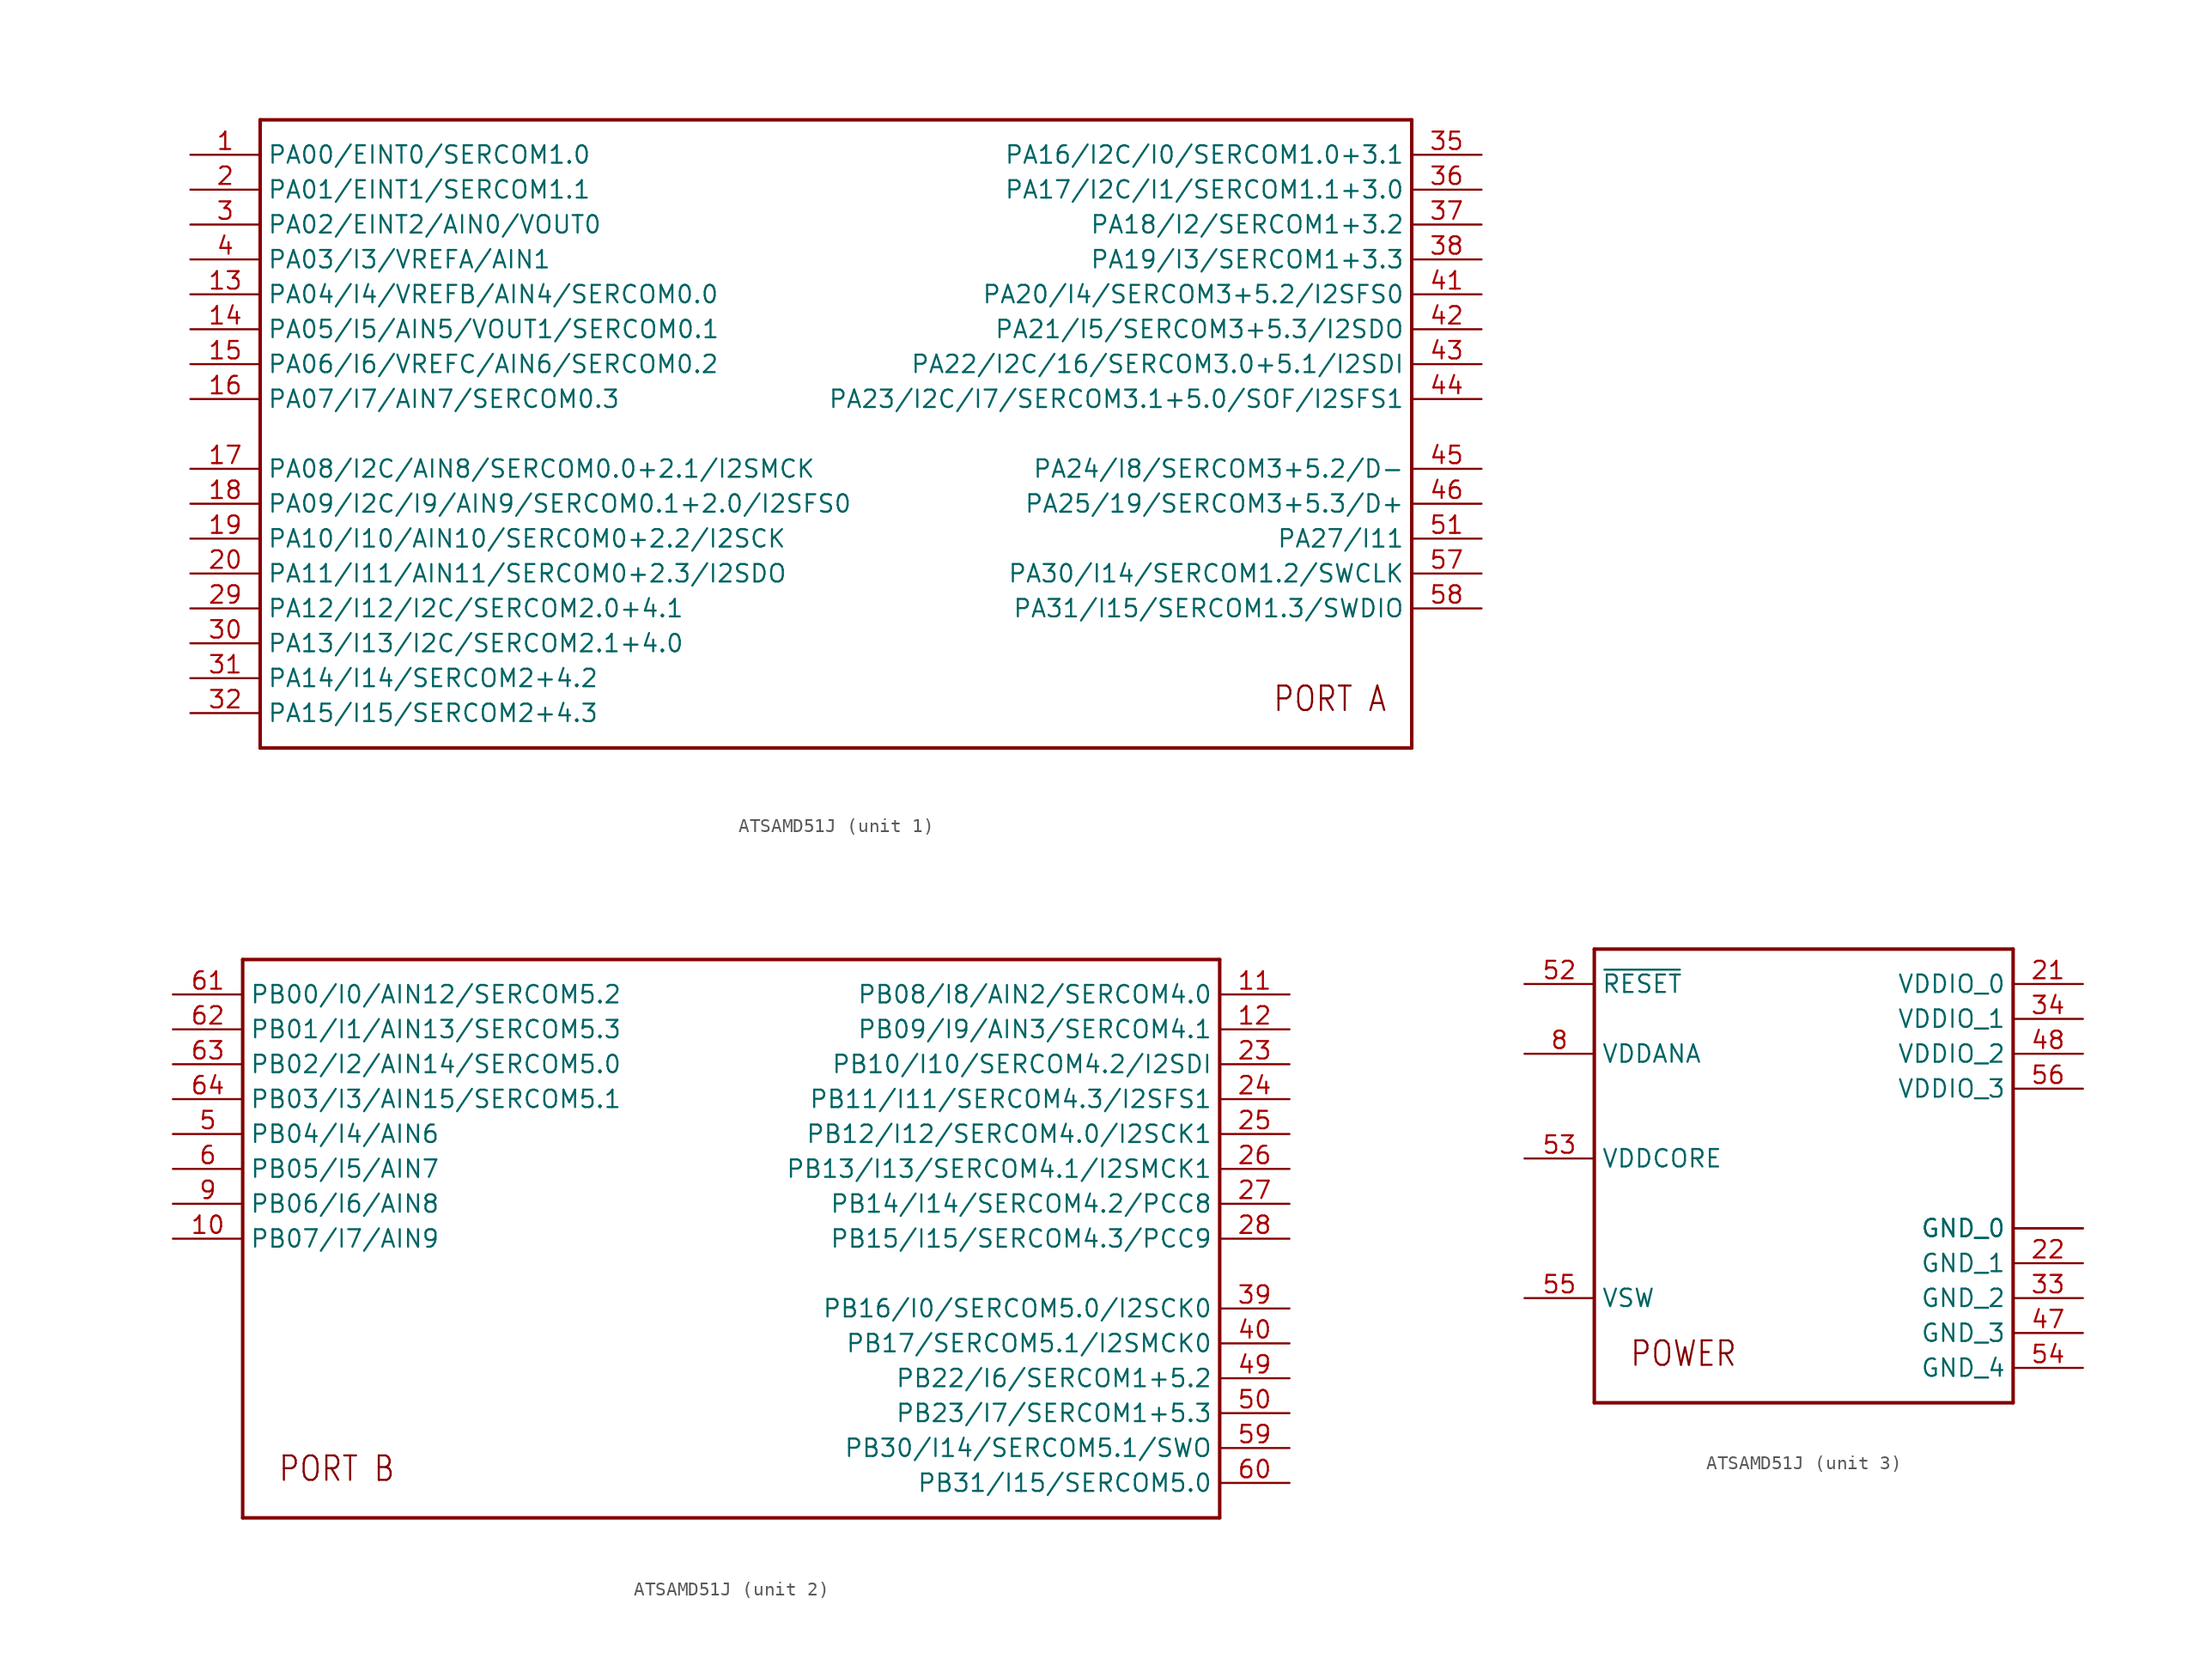
<source format=kicad_sym>
(kicad_symbol_lib
  (version 20211014)
  (generator kicad_symbol_editor)
  (symbol "ATSAMD51J"
    (property "Reference" ""
      (at 0 0 0)
      (effects (font (size 1.27 1.27)) hide))
    (property "ki_locked" ""
      (at 0 0 0)
      (effects (font (size 1.27 1.27))))
    (symbol "ATSAMD51J_1_0"
      (polyline (pts (xy -25.4 -25.4) (xy -25.4 20.32)) (stroke (width 0.254) (type default) (color 0 0 0 0)) (fill (type none)))
      (polyline (pts (xy -25.4 20.32) (xy 58.42 20.32)) (stroke (width 0.254) (type default) (color 0 0 0 0)) (fill (type none)))
      (polyline (pts (xy 58.42 -25.4) (xy -25.4 -25.4)) (stroke (width 0.254) (type default) (color 0 0 0 0)) (fill (type none)))
      (polyline (pts (xy 58.42 20.32) (xy 58.42 -25.4)) (stroke (width 0.254) (type default) (color 0 0 0 0)) (fill (type none)))
      (text "PORT A" (at 48.26 -22.86 0) (effects (font (size 1.778 1.511)) (justify left bottom)))
      (pin bidirectional line (at -30.48 17.78 0) (length 5.08) (name "PA00/EINT0/SERCOM1.0" (effects (font (size 1.27 1.27)))) (number "1" (effects (font (size 1.27 1.27)))))
      (pin bidirectional line (at -30.48 7.62 0) (length 5.08) (name "PA04/I4/VREFB/AIN4/SERCOM0.0" (effects (font (size 1.27 1.27)))) (number "13" (effects (font (size 1.27 1.27)))))
      (pin bidirectional line (at -30.48 5.08 0) (length 5.08) (name "PA05/I5/AIN5/VOUT1/SERCOM0.1" (effects (font (size 1.27 1.27)))) (number "14" (effects (font (size 1.27 1.27)))))
      (pin bidirectional line (at -30.48 2.54 0) (length 5.08) (name "PA06/I6/VREFC/AIN6/SERCOM0.2" (effects (font (size 1.27 1.27)))) (number "15" (effects (font (size 1.27 1.27)))))
      (pin bidirectional line (at -30.48 0 0) (length 5.08) (name "PA07/I7/AIN7/SERCOM0.3" (effects (font (size 1.27 1.27)))) (number "16" (effects (font (size 1.27 1.27)))))
      (pin bidirectional line (at -30.48 -5.08 0) (length 5.08) (name "PA08/I2C/AIN8/SERCOM0.0+2.1/I2SMCK" (effects (font (size 1.27 1.27)))) (number "17" (effects (font (size 1.27 1.27)))))
      (pin bidirectional line (at -30.48 -7.62 0) (length 5.08) (name "PA09/I2C/I9/AIN9/SERCOM0.1+2.0/I2SFS0" (effects (font (size 1.27 1.27)))) (number "18" (effects (font (size 1.27 1.27)))))
      (pin bidirectional line (at -30.48 -10.16 0) (length 5.08) (name "PA10/I10/AIN10/SERCOM0+2.2/I2SCK" (effects (font (size 1.27 1.27)))) (number "19" (effects (font (size 1.27 1.27)))))
      (pin bidirectional line (at -30.48 15.24 0) (length 5.08) (name "PA01/EINT1/SERCOM1.1" (effects (font (size 1.27 1.27)))) (number "2" (effects (font (size 1.27 1.27)))))
      (pin bidirectional line (at -30.48 -12.7 0) (length 5.08) (name "PA11/I11/AIN11/SERCOM0+2.3/I2SDO" (effects (font (size 1.27 1.27)))) (number "20" (effects (font (size 1.27 1.27)))))
      (pin bidirectional line (at -30.48 -15.24 0) (length 5.08) (name "PA12/I12/I2C/SERCOM2.0+4.1" (effects (font (size 1.27 1.27)))) (number "29" (effects (font (size 1.27 1.27)))))
      (pin bidirectional line (at -30.48 12.7 0) (length 5.08) (name "PA02/EINT2/AIN0/VOUT0" (effects (font (size 1.27 1.27)))) (number "3" (effects (font (size 1.27 1.27)))))
      (pin bidirectional line (at -30.48 -17.78 0) (length 5.08) (name "PA13/I13/I2C/SERCOM2.1+4.0" (effects (font (size 1.27 1.27)))) (number "30" (effects (font (size 1.27 1.27)))))
      (pin bidirectional line (at -30.48 -20.32 0) (length 5.08) (name "PA14/I14/SERCOM2+4.2" (effects (font (size 1.27 1.27)))) (number "31" (effects (font (size 1.27 1.27)))))
      (pin bidirectional line (at -30.48 -22.86 0) (length 5.08) (name "PA15/I15/SERCOM2+4.3" (effects (font (size 1.27 1.27)))) (number "32" (effects (font (size 1.27 1.27)))))
      (pin bidirectional line (at 63.5 17.78 180) (length 5.08) (name "PA16/I2C/I0/SERCOM1.0+3.1" (effects (font (size 1.27 1.27)))) (number "35" (effects (font (size 1.27 1.27)))))
      (pin bidirectional line (at 63.5 15.24 180) (length 5.08) (name "PA17/I2C/I1/SERCOM1.1+3.0" (effects (font (size 1.27 1.27)))) (number "36" (effects (font (size 1.27 1.27)))))
      (pin bidirectional line (at 63.5 12.7 180) (length 5.08) (name "PA18/I2/SERCOM1+3.2" (effects (font (size 1.27 1.27)))) (number "37" (effects (font (size 1.27 1.27)))))
      (pin bidirectional line (at 63.5 10.16 180) (length 5.08) (name "PA19/I3/SERCOM1+3.3" (effects (font (size 1.27 1.27)))) (number "38" (effects (font (size 1.27 1.27)))))
      (pin bidirectional line (at -30.48 10.16 0) (length 5.08) (name "PA03/I3/VREFA/AIN1" (effects (font (size 1.27 1.27)))) (number "4" (effects (font (size 1.27 1.27)))))
      (pin bidirectional line (at 63.5 7.62 180) (length 5.08) (name "PA20/I4/SERCOM3+5.2/I2SFS0" (effects (font (size 1.27 1.27)))) (number "41" (effects (font (size 1.27 1.27)))))
      (pin bidirectional line (at 63.5 5.08 180) (length 5.08) (name "PA21/I5/SERCOM3+5.3/I2SDO" (effects (font (size 1.27 1.27)))) (number "42" (effects (font (size 1.27 1.27)))))
      (pin bidirectional line (at 63.5 2.54 180) (length 5.08) (name "PA22/I2C/16/SERCOM3.0+5.1/I2SDI" (effects (font (size 1.27 1.27)))) (number "43" (effects (font (size 1.27 1.27)))))
      (pin bidirectional line (at 63.5 0 180) (length 5.08) (name "PA23/I2C/I7/SERCOM3.1+5.0/SOF/I2SFS1" (effects (font (size 1.27 1.27)))) (number "44" (effects (font (size 1.27 1.27)))))
      (pin bidirectional line (at 63.5 -5.08 180) (length 5.08) (name "PA24/I8/SERCOM3+5.2/D-" (effects (font (size 1.27 1.27)))) (number "45" (effects (font (size 1.27 1.27)))))
      (pin bidirectional line (at 63.5 -7.62 180) (length 5.08) (name "PA25/19/SERCOM3+5.3/D+" (effects (font (size 1.27 1.27)))) (number "46" (effects (font (size 1.27 1.27)))))
      (pin bidirectional line (at 63.5 -10.16 180) (length 5.08) (name "PA27/I11" (effects (font (size 1.27 1.27)))) (number "51" (effects (font (size 1.27 1.27)))))
      (pin bidirectional line (at 63.5 -12.7 180) (length 5.08) (name "PA30/I14/SERCOM1.2/SWCLK" (effects (font (size 1.27 1.27)))) (number "57" (effects (font (size 1.27 1.27)))))
      (pin bidirectional line (at 63.5 -15.24 180) (length 5.08) (name "PA31/I15/SERCOM1.3/SWDIO" (effects (font (size 1.27 1.27)))) (number "58" (effects (font (size 1.27 1.27))))))
    (symbol "ATSAMD51J_2_0"
      (polyline (pts (xy -38.1 -25.4) (xy -38.1 15.24)) (stroke (width 0.254) (type default) (color 0 0 0 0)) (fill (type none)))
      (polyline (pts (xy -38.1 15.24) (xy 33.02 15.24)) (stroke (width 0.254) (type default) (color 0 0 0 0)) (fill (type none)))
      (polyline (pts (xy 33.02 -25.4) (xy -38.1 -25.4)) (stroke (width 0.254) (type default) (color 0 0 0 0)) (fill (type none)))
      (polyline (pts (xy 33.02 15.24) (xy 33.02 -25.4)) (stroke (width 0.254) (type default) (color 0 0 0 0)) (fill (type none)))
      (text "PORT B" (at -35.56 -22.86 0) (effects (font (size 1.778 1.511)) (justify left bottom)))
      (pin bidirectional line (at -43.18 -5.08 0) (length 5.08) (name "PB07/I7/AIN9" (effects (font (size 1.27 1.27)))) (number "10" (effects (font (size 1.27 1.27)))))
      (pin bidirectional line (at 38.1 12.7 180) (length 5.08) (name "PB08/I8/AIN2/SERCOM4.0" (effects (font (size 1.27 1.27)))) (number "11" (effects (font (size 1.27 1.27)))))
      (pin bidirectional line (at 38.1 10.16 180) (length 5.08) (name "PB09/I9/AIN3/SERCOM4.1" (effects (font (size 1.27 1.27)))) (number "12" (effects (font (size 1.27 1.27)))))
      (pin bidirectional line (at 38.1 7.62 180) (length 5.08) (name "PB10/I10/SERCOM4.2/I2SDI" (effects (font (size 1.27 1.27)))) (number "23" (effects (font (size 1.27 1.27)))))
      (pin bidirectional line (at 38.1 5.08 180) (length 5.08) (name "PB11/I11/SERCOM4.3/I2SFS1" (effects (font (size 1.27 1.27)))) (number "24" (effects (font (size 1.27 1.27)))))
      (pin bidirectional line (at 38.1 2.54 180) (length 5.08) (name "PB12/I12/SERCOM4.0/I2SCK1" (effects (font (size 1.27 1.27)))) (number "25" (effects (font (size 1.27 1.27)))))
      (pin bidirectional line (at 38.1 0 180) (length 5.08) (name "PB13/I13/SERCOM4.1/I2SMCK1" (effects (font (size 1.27 1.27)))) (number "26" (effects (font (size 1.27 1.27)))))
      (pin bidirectional line (at 38.1 -2.54 180) (length 5.08) (name "PB14/I14/SERCOM4.2/PCC8" (effects (font (size 1.27 1.27)))) (number "27" (effects (font (size 1.27 1.27)))))
      (pin bidirectional line (at 38.1 -5.08 180) (length 5.08) (name "PB15/I15/SERCOM4.3/PCC9" (effects (font (size 1.27 1.27)))) (number "28" (effects (font (size 1.27 1.27)))))
      (pin bidirectional line (at 38.1 -10.16 180) (length 5.08) (name "PB16/I0/SERCOM5.0/I2SCK0" (effects (font (size 1.27 1.27)))) (number "39" (effects (font (size 1.27 1.27)))))
      (pin bidirectional line (at 38.1 -12.7 180) (length 5.08) (name "PB17/SERCOM5.1/I2SMCK0" (effects (font (size 1.27 1.27)))) (number "40" (effects (font (size 1.27 1.27)))))
      (pin bidirectional line (at 38.1 -15.24 180) (length 5.08) (name "PB22/I6/SERCOM1+5.2" (effects (font (size 1.27 1.27)))) (number "49" (effects (font (size 1.27 1.27)))))
      (pin bidirectional line (at -43.18 2.54 0) (length 5.08) (name "PB04/I4/AIN6" (effects (font (size 1.27 1.27)))) (number "5" (effects (font (size 1.27 1.27)))))
      (pin bidirectional line (at 38.1 -17.78 180) (length 5.08) (name "PB23/I7/SERCOM1+5.3" (effects (font (size 1.27 1.27)))) (number "50" (effects (font (size 1.27 1.27)))))
      (pin bidirectional line (at 38.1 -20.32 180) (length 5.08) (name "PB30/I14/SERCOM5.1/SWO" (effects (font (size 1.27 1.27)))) (number "59" (effects (font (size 1.27 1.27)))))
      (pin bidirectional line (at -43.18 0 0) (length 5.08) (name "PB05/I5/AIN7" (effects (font (size 1.27 1.27)))) (number "6" (effects (font (size 1.27 1.27)))))
      (pin bidirectional line (at 38.1 -22.86 180) (length 5.08) (name "PB31/I15/SERCOM5.0" (effects (font (size 1.27 1.27)))) (number "60" (effects (font (size 1.27 1.27)))))
      (pin bidirectional line (at -43.18 12.7 0) (length 5.08) (name "PB00/I0/AIN12/SERCOM5.2" (effects (font (size 1.27 1.27)))) (number "61" (effects (font (size 1.27 1.27)))))
      (pin bidirectional line (at -43.18 10.16 0) (length 5.08) (name "PB01/I1/AIN13/SERCOM5.3" (effects (font (size 1.27 1.27)))) (number "62" (effects (font (size 1.27 1.27)))))
      (pin bidirectional line (at -43.18 7.62 0) (length 5.08) (name "PB02/I2/AIN14/SERCOM5.0" (effects (font (size 1.27 1.27)))) (number "63" (effects (font (size 1.27 1.27)))))
      (pin bidirectional line (at -43.18 5.08 0) (length 5.08) (name "PB03/I3/AIN15/SERCOM5.1" (effects (font (size 1.27 1.27)))) (number "64" (effects (font (size 1.27 1.27)))))
      (pin bidirectional line (at -43.18 -2.54 0) (length 5.08) (name "PB06/I6/AIN8" (effects (font (size 1.27 1.27)))) (number "9" (effects (font (size 1.27 1.27))))))
    (symbol "ATSAMD51J_3_0"
      (polyline (pts (xy -15.24 -15.24) (xy -15.24 17.78)) (stroke (width 0.254) (type default) (color 0 0 0 0)) (fill (type none)))
      (polyline (pts (xy -15.24 17.78) (xy 15.24 17.78)) (stroke (width 0.254) (type default) (color 0 0 0 0)) (fill (type none)))
      (polyline (pts (xy 15.24 -15.24) (xy -15.24 -15.24)) (stroke (width 0.254) (type default) (color 0 0 0 0)) (fill (type none)))
      (polyline (pts (xy 15.24 17.78) (xy 15.24 -15.24)) (stroke (width 0.254) (type default) (color 0 0 0 0)) (fill (type none)))
      (text "POWER" (at -12.7 -12.7 0) (effects (font (size 1.778 1.511)) (justify left bottom)))
      (pin bidirectional line (at 20.32 15.24 180) (length 5.08) (name "VDDIO_0" (effects (font (size 1.27 1.27)))) (number "21" (effects (font (size 1.27 1.27)))))
      (pin bidirectional line (at 20.32 -5.08 180) (length 5.08) (name "GND_1" (effects (font (size 1.27 1.27)))) (number "22" (effects (font (size 1.27 1.27)))))
      (pin bidirectional line (at 20.32 -7.62 180) (length 5.08) (name "GND_2" (effects (font (size 1.27 1.27)))) (number "33" (effects (font (size 1.27 1.27)))))
      (pin bidirectional line (at 20.32 12.7 180) (length 5.08) (name "VDDIO_1" (effects (font (size 1.27 1.27)))) (number "34" (effects (font (size 1.27 1.27)))))
      (pin bidirectional line (at 20.32 -10.16 180) (length 5.08) (name "GND_3" (effects (font (size 1.27 1.27)))) (number "47" (effects (font (size 1.27 1.27)))))
      (pin bidirectional line (at 20.32 10.16 180) (length 5.08) (name "VDDIO_2" (effects (font (size 1.27 1.27)))) (number "48" (effects (font (size 1.27 1.27)))))
      (pin bidirectional line (at -20.32 15.24 0) (length 5.08) (name "~{RESET}" (effects (font (size 1.27 1.27)))) (number "52" (effects (font (size 1.27 1.27)))))
      (pin bidirectional line (at -20.32 2.54 0) (length 5.08) (name "VDDCORE" (effects (font (size 1.27 1.27)))) (number "53" (effects (font (size 1.27 1.27)))))
      (pin bidirectional line (at 20.32 -12.7 180) (length 5.08) (name "GND_4" (effects (font (size 1.27 1.27)))) (number "54" (effects (font (size 1.27 1.27)))))
      (pin bidirectional line (at -20.32 -7.62 0) (length 5.08) (name "VSW" (effects (font (size 1.27 1.27)))) (number "55" (effects (font (size 1.27 1.27)))))
      (pin bidirectional line (at 20.32 7.62 180) (length 5.08) (name "VDDIO_3" (effects (font (size 1.27 1.27)))) (number "56" (effects (font (size 1.27 1.27)))))
      (pin bidirectional line (at 20.32 -2.54 180) (length 5.08) (name "GND_0" (effects (font (size 1.27 1.27)))) (number "7" (effects (font (size 0 0)))))
      (pin bidirectional line (at -20.32 10.16 0) (length 5.08) (name "VDDANA" (effects (font (size 1.27 1.27)))) (number "8" (effects (font (size 1.27 1.27)))))
      (pin bidirectional line (at 20.32 -2.54 180) (length 5.08) (name "GND_0" (effects (font (size 1.27 1.27)))) (number "EXP" (effects (font (size 0 0))))))))
</source>
